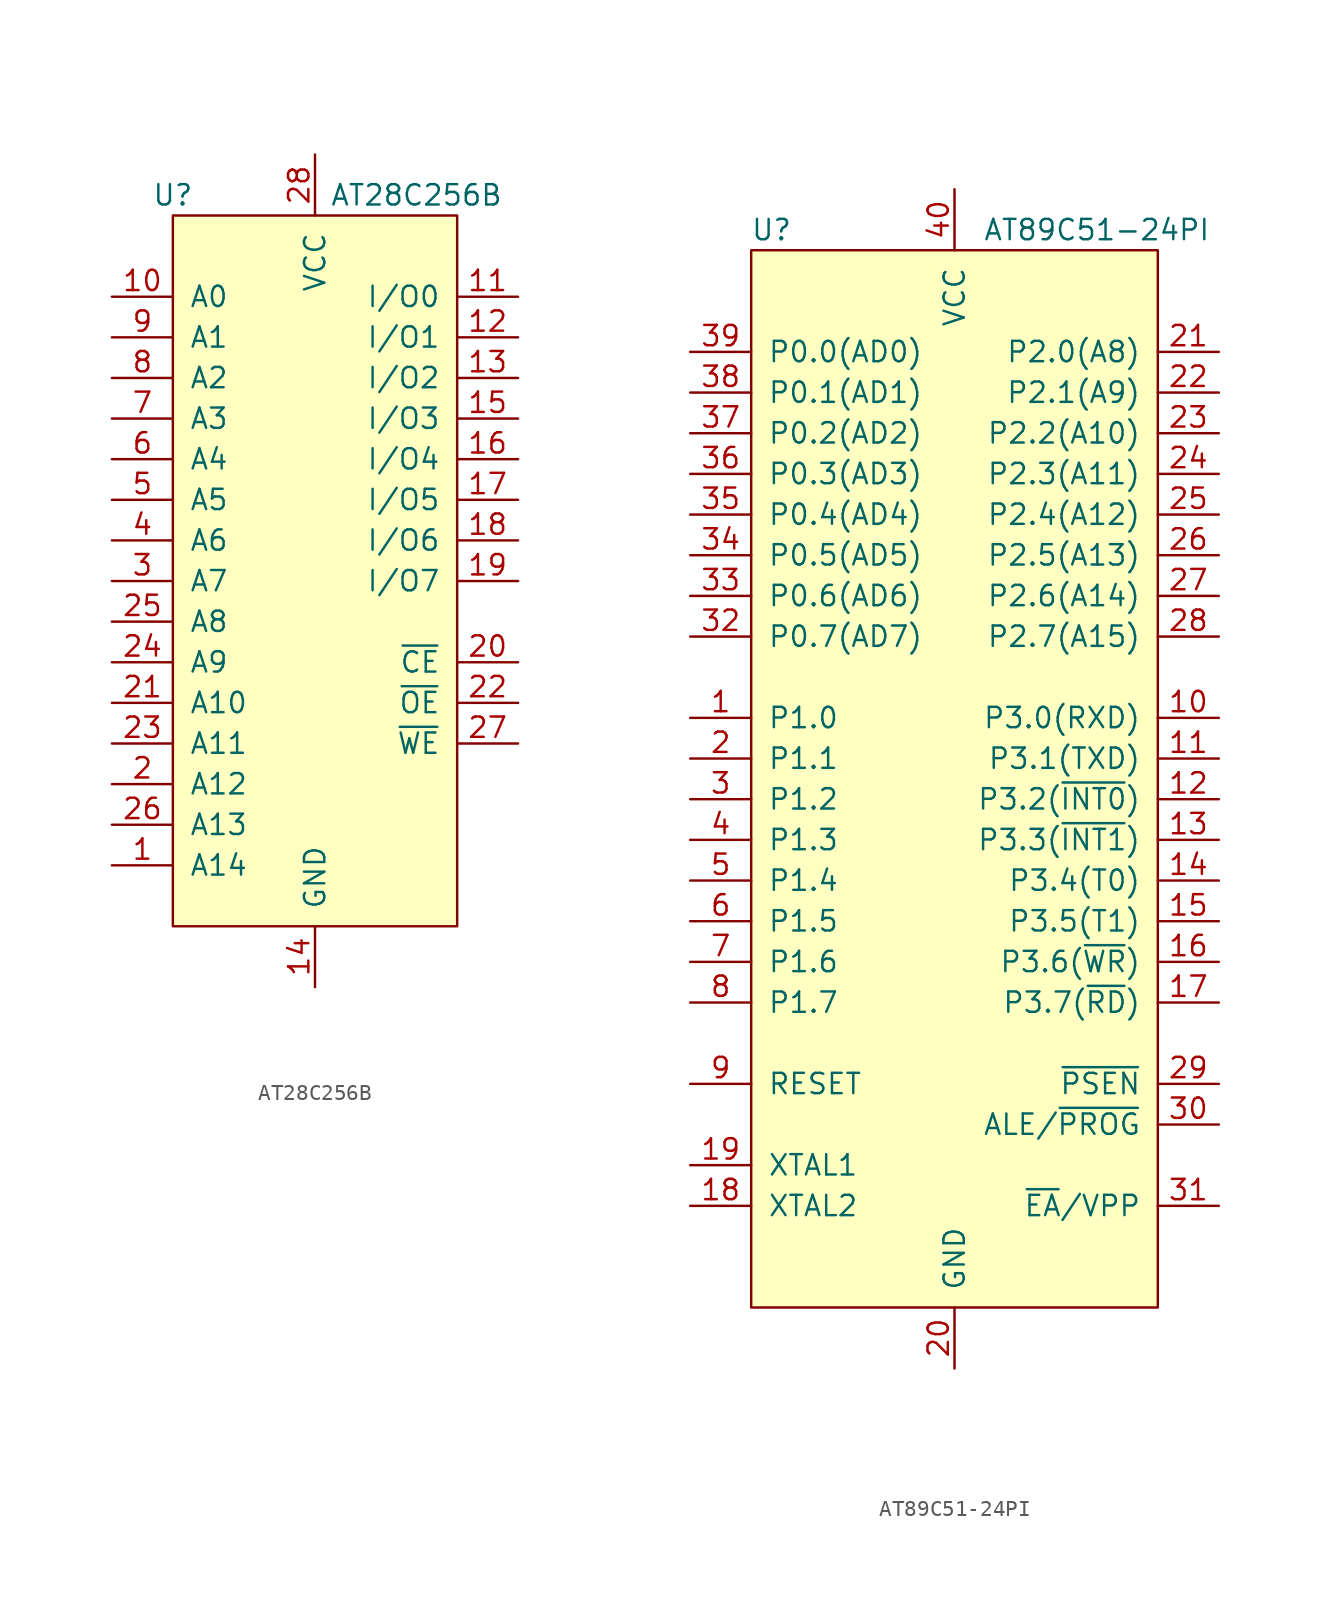
<source format=kicad_sym>
(kicad_symbol_lib
  (version 20220914)
  (generator kicad_symbol_editor)
  (symbol "AT28C256B"
    (pin_names
      (offset 1.016))
    (property "Reference" "U"
      (at -8.89 17.78 0)
      (effects (font (size 1.27 1.27))))
    (property "Value" "AT28C256B"
      (at 6.35 17.78 0)
      (effects (font (size 1.27 1.27))))
    (symbol "AT28C256B_0_1"
      (rectangle (start -8.89 16.51) (end 8.89 -27.94) (stroke (width 0) (type default)) (fill (type background))))
    (symbol "AT28C256B_1_1"
      (pin input line (at -12.7 -24.13 0) (length 3.81) (name "A14" (effects (font (size 1.27 1.27)))) (number "1" (effects (font (size 1.27 1.27)))))
      (pin input line (at -12.7 11.43 0) (length 3.81) (name "A0" (effects (font (size 1.27 1.27)))) (number "10" (effects (font (size 1.27 1.27)))))
      (pin bidirectional line (at 12.7 11.43 180) (length 3.81) (name "I/O0" (effects (font (size 1.27 1.27)))) (number "11" (effects (font (size 1.27 1.27)))))
      (pin bidirectional line (at 12.7 8.89 180) (length 3.81) (name "I/O1" (effects (font (size 1.27 1.27)))) (number "12" (effects (font (size 1.27 1.27)))))
      (pin bidirectional line (at 12.7 6.35 180) (length 3.81) (name "I/O2" (effects (font (size 1.27 1.27)))) (number "13" (effects (font (size 1.27 1.27)))))
      (pin power_in line (at 0 -31.75 90) (length 3.81) (name "GND" (effects (font (size 1.27 1.27)))) (number "14" (effects (font (size 1.27 1.27)))))
      (pin bidirectional line (at 12.7 3.81 180) (length 3.81) (name "I/O3" (effects (font (size 1.27 1.27)))) (number "15" (effects (font (size 1.27 1.27)))))
      (pin bidirectional line (at 12.7 1.27 180) (length 3.81) (name "I/O4" (effects (font (size 1.27 1.27)))) (number "16" (effects (font (size 1.27 1.27)))))
      (pin bidirectional line (at 12.7 -1.27 180) (length 3.81) (name "I/O5" (effects (font (size 1.27 1.27)))) (number "17" (effects (font (size 1.27 1.27)))))
      (pin bidirectional line (at 12.7 -3.81 180) (length 3.81) (name "I/O6" (effects (font (size 1.27 1.27)))) (number "18" (effects (font (size 1.27 1.27)))))
      (pin bidirectional line (at 12.7 -6.35 180) (length 3.81) (name "I/O7" (effects (font (size 1.27 1.27)))) (number "19" (effects (font (size 1.27 1.27)))))
      (pin input line (at -12.7 -19.05 0) (length 3.81) (name "A12" (effects (font (size 1.27 1.27)))) (number "2" (effects (font (size 1.27 1.27)))))
      (pin input line (at 12.7 -11.43 180) (length 3.81) (name "~{CE}" (effects (font (size 1.27 1.27)))) (number "20" (effects (font (size 1.27 1.27)))))
      (pin input line (at -12.7 -13.97 0) (length 3.81) (name "A10" (effects (font (size 1.27 1.27)))) (number "21" (effects (font (size 1.27 1.27)))))
      (pin input line (at 12.7 -13.97 180) (length 3.81) (name "~{OE}" (effects (font (size 1.27 1.27)))) (number "22" (effects (font (size 1.27 1.27)))))
      (pin input line (at -12.7 -16.51 0) (length 3.81) (name "A11" (effects (font (size 1.27 1.27)))) (number "23" (effects (font (size 1.27 1.27)))))
      (pin input line (at -12.7 -11.43 0) (length 3.81) (name "A9" (effects (font (size 1.27 1.27)))) (number "24" (effects (font (size 1.27 1.27)))))
      (pin input line (at -12.7 -8.89 0) (length 3.81) (name "A8" (effects (font (size 1.27 1.27)))) (number "25" (effects (font (size 1.27 1.27)))))
      (pin input line (at -12.7 -21.59 0) (length 3.81) (name "A13" (effects (font (size 1.27 1.27)))) (number "26" (effects (font (size 1.27 1.27)))))
      (pin input line (at 12.7 -16.51 180) (length 3.81) (name "~{WE}" (effects (font (size 1.27 1.27)))) (number "27" (effects (font (size 1.27 1.27)))))
      (pin power_in line (at 0 20.32 270) (length 3.81) (name "VCC" (effects (font (size 1.27 1.27)))) (number "28" (effects (font (size 1.27 1.27)))))
      (pin input line (at -12.7 -6.35 0) (length 3.81) (name "A7" (effects (font (size 1.27 1.27)))) (number "3" (effects (font (size 1.27 1.27)))))
      (pin input line (at -12.7 -3.81 0) (length 3.81) (name "A6" (effects (font (size 1.27 1.27)))) (number "4" (effects (font (size 1.27 1.27)))))
      (pin input line (at -12.7 -1.27 0) (length 3.81) (name "A5" (effects (font (size 1.27 1.27)))) (number "5" (effects (font (size 1.27 1.27)))))
      (pin input line (at -12.7 1.27 0) (length 3.81) (name "A4" (effects (font (size 1.27 1.27)))) (number "6" (effects (font (size 1.27 1.27)))))
      (pin input line (at -12.7 3.81 0) (length 3.81) (name "A3" (effects (font (size 1.27 1.27)))) (number "7" (effects (font (size 1.27 1.27)))))
      (pin input line (at -12.7 6.35 0) (length 3.81) (name "A2" (effects (font (size 1.27 1.27)))) (number "8" (effects (font (size 1.27 1.27)))))
      (pin input line (at -12.7 8.89 0) (length 3.81) (name "A1" (effects (font (size 1.27 1.27)))) (number "9" (effects (font (size 1.27 1.27)))))))
  (symbol "AT89C51-24PI"
    (pin_names
      (offset 1.016))
    (property "Reference" "U"
      (at -11.43 33.02 0)
      (effects (font (size 1.27 1.27))))
    (property "Value" "AT89C51-24PI"
      (at 8.89 33.02 0)
      (effects (font (size 1.27 1.27))))
    (symbol "AT89C51-24PI_0_1"
      (rectangle (start -12.7 31.75) (end 12.7 -34.29) (stroke (width 0) (type default)) (fill (type background))))
    (symbol "AT89C51-24PI_1_1"
      (pin bidirectional line (at -16.51 2.54 0) (length 3.81) (name "P1.0" (effects (font (size 1.27 1.27)))) (number "1" (effects (font (size 1.27 1.27)))))
      (pin bidirectional line (at 16.51 2.54 180) (length 3.81) (name "P3.0(RXD)" (effects (font (size 1.27 1.27)))) (number "10" (effects (font (size 1.27 1.27)))))
      (pin bidirectional line (at 16.51 0 180) (length 3.81) (name "P3.1(TXD)" (effects (font (size 1.27 1.27)))) (number "11" (effects (font (size 1.27 1.27)))))
      (pin bidirectional line (at 16.51 -2.54 180) (length 3.81) (name "P3.2(~{INT0})" (effects (font (size 1.27 1.27)))) (number "12" (effects (font (size 1.27 1.27)))))
      (pin bidirectional line (at 16.51 -5.08 180) (length 3.81) (name "P3.3(~{INT1})" (effects (font (size 1.27 1.27)))) (number "13" (effects (font (size 1.27 1.27)))))
      (pin bidirectional line (at 16.51 -7.62 180) (length 3.81) (name "P3.4(T0)" (effects (font (size 1.27 1.27)))) (number "14" (effects (font (size 1.27 1.27)))))
      (pin bidirectional line (at 16.51 -10.16 180) (length 3.81) (name "P3.5(T1)" (effects (font (size 1.27 1.27)))) (number "15" (effects (font (size 1.27 1.27)))))
      (pin bidirectional line (at 16.51 -12.7 180) (length 3.81) (name "P3.6(~{WR})" (effects (font (size 1.27 1.27)))) (number "16" (effects (font (size 1.27 1.27)))))
      (pin bidirectional line (at 16.51 -15.24 180) (length 3.81) (name "P3.7(~{RD})" (effects (font (size 1.27 1.27)))) (number "17" (effects (font (size 1.27 1.27)))))
      (pin passive line (at -16.51 -27.94 0) (length 3.81) (name "XTAL2" (effects (font (size 1.27 1.27)))) (number "18" (effects (font (size 1.27 1.27)))))
      (pin passive line (at -16.51 -25.4 0) (length 3.81) (name "XTAL1" (effects (font (size 1.27 1.27)))) (number "19" (effects (font (size 1.27 1.27)))))
      (pin bidirectional line (at -16.51 0 0) (length 3.81) (name "P1.1" (effects (font (size 1.27 1.27)))) (number "2" (effects (font (size 1.27 1.27)))))
      (pin power_in line (at 0 -38.1 90) (length 3.81) (name "GND" (effects (font (size 1.27 1.27)))) (number "20" (effects (font (size 1.27 1.27)))))
      (pin bidirectional line (at 16.51 25.4 180) (length 3.81) (name "P2.0(A8)" (effects (font (size 1.27 1.27)))) (number "21" (effects (font (size 1.27 1.27)))))
      (pin bidirectional line (at 16.51 22.86 180) (length 3.81) (name "P2.1(A9)" (effects (font (size 1.27 1.27)))) (number "22" (effects (font (size 1.27 1.27)))))
      (pin bidirectional line (at 16.51 20.32 180) (length 3.81) (name "P2.2(A10)" (effects (font (size 1.27 1.27)))) (number "23" (effects (font (size 1.27 1.27)))))
      (pin bidirectional line (at 16.51 17.78 180) (length 3.81) (name "P2.3(A11)" (effects (font (size 1.27 1.27)))) (number "24" (effects (font (size 1.27 1.27)))))
      (pin bidirectional line (at 16.51 15.24 180) (length 3.81) (name "P2.4(A12)" (effects (font (size 1.27 1.27)))) (number "25" (effects (font (size 1.27 1.27)))))
      (pin bidirectional line (at 16.51 12.7 180) (length 3.81) (name "P2.5(A13)" (effects (font (size 1.27 1.27)))) (number "26" (effects (font (size 1.27 1.27)))))
      (pin bidirectional line (at 16.51 10.16 180) (length 3.81) (name "P2.6(A14)" (effects (font (size 1.27 1.27)))) (number "27" (effects (font (size 1.27 1.27)))))
      (pin bidirectional line (at 16.51 7.62 180) (length 3.81) (name "P2.7(A15)" (effects (font (size 1.27 1.27)))) (number "28" (effects (font (size 1.27 1.27)))))
      (pin input line (at 16.51 -20.32 180) (length 3.81) (name "~{PSEN}" (effects (font (size 1.27 1.27)))) (number "29" (effects (font (size 1.27 1.27)))))
      (pin bidirectional line (at -16.51 -2.54 0) (length 3.81) (name "P1.2" (effects (font (size 1.27 1.27)))) (number "3" (effects (font (size 1.27 1.27)))))
      (pin input line (at 16.51 -22.86 180) (length 3.81) (name "ALE/~{PROG}" (effects (font (size 1.27 1.27)))) (number "30" (effects (font (size 1.27 1.27)))))
      (pin input line (at 16.51 -27.94 180) (length 3.81) (name "~{EA}/VPP" (effects (font (size 1.27 1.27)))) (number "31" (effects (font (size 1.27 1.27)))))
      (pin bidirectional line (at -16.51 7.62 0) (length 3.81) (name "P0.7(AD7)" (effects (font (size 1.27 1.27)))) (number "32" (effects (font (size 1.27 1.27)))))
      (pin bidirectional line (at -16.51 10.16 0) (length 3.81) (name "P0.6(AD6)" (effects (font (size 1.27 1.27)))) (number "33" (effects (font (size 1.27 1.27)))))
      (pin bidirectional line (at -16.51 12.7 0) (length 3.81) (name "P0.5(AD5)" (effects (font (size 1.27 1.27)))) (number "34" (effects (font (size 1.27 1.27)))))
      (pin bidirectional line (at -16.51 15.24 0) (length 3.81) (name "P0.4(AD4)" (effects (font (size 1.27 1.27)))) (number "35" (effects (font (size 1.27 1.27)))))
      (pin bidirectional line (at -16.51 17.78 0) (length 3.81) (name "P0.3(AD3)" (effects (font (size 1.27 1.27)))) (number "36" (effects (font (size 1.27 1.27)))))
      (pin bidirectional line (at -16.51 20.32 0) (length 3.81) (name "P0.2(AD2)" (effects (font (size 1.27 1.27)))) (number "37" (effects (font (size 1.27 1.27)))))
      (pin bidirectional line (at -16.51 22.86 0) (length 3.81) (name "P0.1(AD1)" (effects (font (size 1.27 1.27)))) (number "38" (effects (font (size 1.27 1.27)))))
      (pin bidirectional line (at -16.51 25.4 0) (length 3.81) (name "P0.0(AD0)" (effects (font (size 1.27 1.27)))) (number "39" (effects (font (size 1.27 1.27)))))
      (pin bidirectional line (at -16.51 -5.08 0) (length 3.81) (name "P1.3" (effects (font (size 1.27 1.27)))) (number "4" (effects (font (size 1.27 1.27)))))
      (pin power_in line (at 0 35.56 270) (length 3.81) (name "VCC" (effects (font (size 1.27 1.27)))) (number "40" (effects (font (size 1.27 1.27)))))
      (pin bidirectional line (at -16.51 -7.62 0) (length 3.81) (name "P1.4" (effects (font (size 1.27 1.27)))) (number "5" (effects (font (size 1.27 1.27)))))
      (pin bidirectional line (at -16.51 -10.16 0) (length 3.81) (name "P1.5" (effects (font (size 1.27 1.27)))) (number "6" (effects (font (size 1.27 1.27)))))
      (pin bidirectional line (at -16.51 -12.7 0) (length 3.81) (name "P1.6" (effects (font (size 1.27 1.27)))) (number "7" (effects (font (size 1.27 1.27)))))
      (pin bidirectional line (at -16.51 -15.24 0) (length 3.81) (name "P1.7" (effects (font (size 1.27 1.27)))) (number "8" (effects (font (size 1.27 1.27)))))
      (pin input line (at -16.51 -20.32 0) (length 3.81) (name "RESET" (effects (font (size 1.27 1.27)))) (number "9" (effects (font (size 1.27 1.27))))))))
</source>
